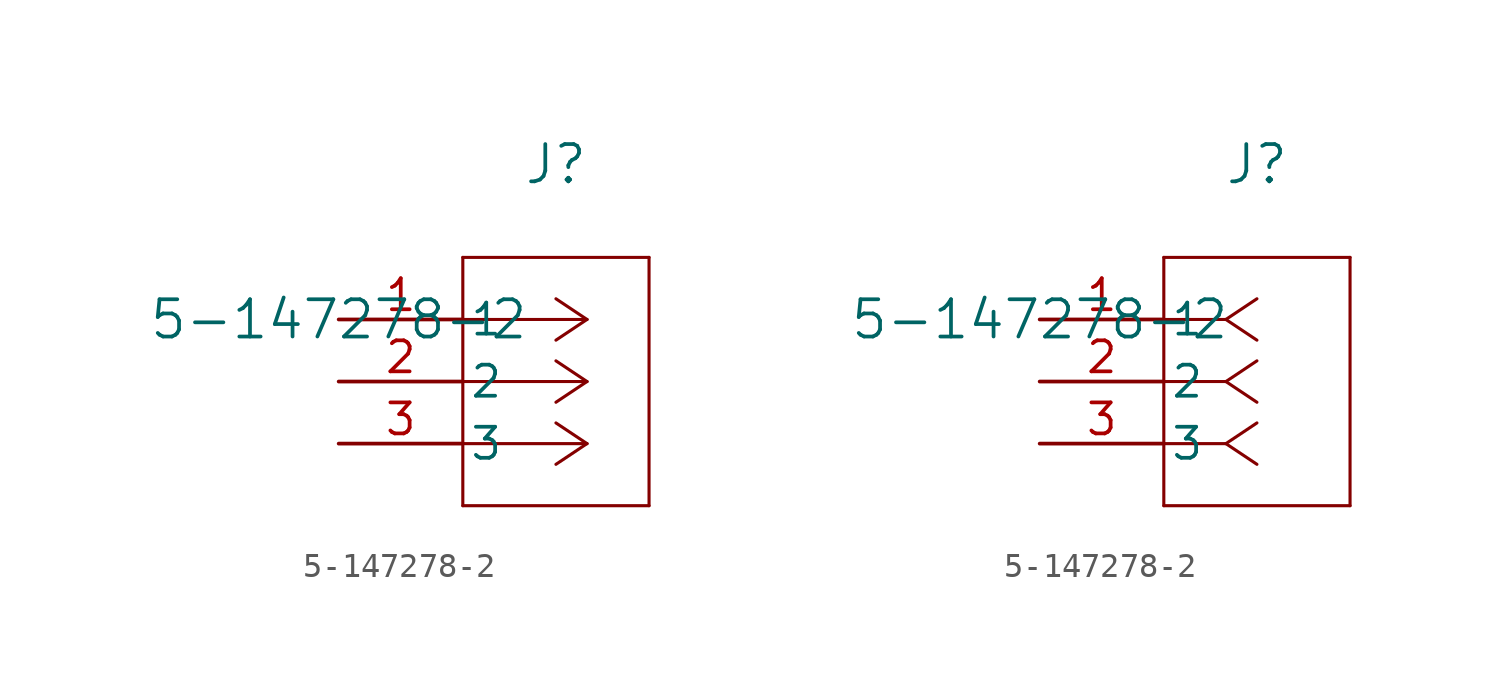
<source format=kicad_sym>
(kicad_symbol_lib
  (version 20211014)
  (generator kicad_symbol_editor)
  (symbol "5-147278-2"
    (pin_names
      (offset 0.254))
    (property "Reference" "J"
      (at 8.89 6.35 0)
      (effects (font (size 1.524 1.524))))
    (property "Value" "5-147278-2"
      (at 0 0 0)
      (effects (font (size 1.524 1.524))))
    (symbol "5-147278-2_1_1"
      (polyline (pts (xy 10.16 0) (xy 5.08 0)) (stroke (width 0.127) (type default) (color 0 0 0 0)) (fill (type none)))
      (polyline (pts (xy 10.16 -2.54) (xy 5.08 -2.54)) (stroke (width 0.127) (type default) (color 0 0 0 0)) (fill (type none)))
      (polyline (pts (xy 10.16 -5.08) (xy 5.08 -5.08)) (stroke (width 0.127) (type default) (color 0 0 0 0)) (fill (type none)))
      (polyline (pts (xy 10.16 0) (xy 8.89 0.847)) (stroke (width 0.127) (type default) (color 0 0 0 0)) (fill (type none)))
      (polyline (pts (xy 10.16 -2.54) (xy 8.89 -1.693)) (stroke (width 0.127) (type default) (color 0 0 0 0)) (fill (type none)))
      (polyline (pts (xy 10.16 -5.08) (xy 8.89 -4.233)) (stroke (width 0.127) (type default) (color 0 0 0 0)) (fill (type none)))
      (polyline (pts (xy 10.16 0) (xy 8.89 -0.847)) (stroke (width 0.127) (type default) (color 0 0 0 0)) (fill (type none)))
      (polyline (pts (xy 10.16 -2.54) (xy 8.89 -3.387)) (stroke (width 0.127) (type default) (color 0 0 0 0)) (fill (type none)))
      (polyline (pts (xy 10.16 -5.08) (xy 8.89 -5.927)) (stroke (width 0.127) (type default) (color 0 0 0 0)) (fill (type none)))
      (polyline (pts (xy 5.08 2.54) (xy 5.08 -7.62)) (stroke (width 0.127) (type default) (color 0 0 0 0)) (fill (type none)))
      (polyline (pts (xy 5.08 -7.62) (xy 12.7 -7.62)) (stroke (width 0.127) (type default) (color 0 0 0 0)) (fill (type none)))
      (polyline (pts (xy 12.7 -7.62) (xy 12.7 2.54)) (stroke (width 0.127) (type default) (color 0 0 0 0)) (fill (type none)))
      (polyline (pts (xy 12.7 2.54) (xy 5.08 2.54)) (stroke (width 0.127) (type default) (color 0 0 0 0)) (fill (type none)))
      (pin unspecified line (at 0 0 0) (length 5.08) (name "1" (effects (font (size 1.27 1.27)))) (number "1" (effects (font (size 1.27 1.27)))))
      (pin unspecified line (at 0 -2.54 0) (length 5.08) (name "2" (effects (font (size 1.27 1.27)))) (number "2" (effects (font (size 1.27 1.27)))))
      (pin unspecified line (at 0 -5.08 0) (length 5.08) (name "3" (effects (font (size 1.27 1.27)))) (number "3" (effects (font (size 1.27 1.27))))))
    (symbol "5-147278-2_1_2"
      (polyline (pts (xy 7.62 0) (xy 5.08 0)) (stroke (width 0.127) (type default) (color 0 0 0 0)) (fill (type none)))
      (polyline (pts (xy 7.62 -2.54) (xy 5.08 -2.54)) (stroke (width 0.127) (type default) (color 0 0 0 0)) (fill (type none)))
      (polyline (pts (xy 7.62 -5.08) (xy 5.08 -5.08)) (stroke (width 0.127) (type default) (color 0 0 0 0)) (fill (type none)))
      (polyline (pts (xy 7.62 0) (xy 8.89 0.847)) (stroke (width 0.127) (type default) (color 0 0 0 0)) (fill (type none)))
      (polyline (pts (xy 7.62 -2.54) (xy 8.89 -1.693)) (stroke (width 0.127) (type default) (color 0 0 0 0)) (fill (type none)))
      (polyline (pts (xy 7.62 -5.08) (xy 8.89 -4.233)) (stroke (width 0.127) (type default) (color 0 0 0 0)) (fill (type none)))
      (polyline (pts (xy 7.62 0) (xy 8.89 -0.847)) (stroke (width 0.127) (type default) (color 0 0 0 0)) (fill (type none)))
      (polyline (pts (xy 7.62 -2.54) (xy 8.89 -3.387)) (stroke (width 0.127) (type default) (color 0 0 0 0)) (fill (type none)))
      (polyline (pts (xy 7.62 -5.08) (xy 8.89 -5.927)) (stroke (width 0.127) (type default) (color 0 0 0 0)) (fill (type none)))
      (polyline (pts (xy 5.08 2.54) (xy 5.08 -7.62)) (stroke (width 0.127) (type default) (color 0 0 0 0)) (fill (type none)))
      (polyline (pts (xy 5.08 -7.62) (xy 12.7 -7.62)) (stroke (width 0.127) (type default) (color 0 0 0 0)) (fill (type none)))
      (polyline (pts (xy 12.7 -7.62) (xy 12.7 2.54)) (stroke (width 0.127) (type default) (color 0 0 0 0)) (fill (type none)))
      (polyline (pts (xy 12.7 2.54) (xy 5.08 2.54)) (stroke (width 0.127) (type default) (color 0 0 0 0)) (fill (type none)))
      (pin unspecified line (at 0 0 0) (length 5.08) (name "1" (effects (font (size 1.27 1.27)))) (number "1" (effects (font (size 1.27 1.27)))))
      (pin unspecified line (at 0 -2.54 0) (length 5.08) (name "2" (effects (font (size 1.27 1.27)))) (number "2" (effects (font (size 1.27 1.27)))))
      (pin unspecified line (at 0 -5.08 0) (length 5.08) (name "3" (effects (font (size 1.27 1.27)))) (number "3" (effects (font (size 1.27 1.27))))))))
</source>
